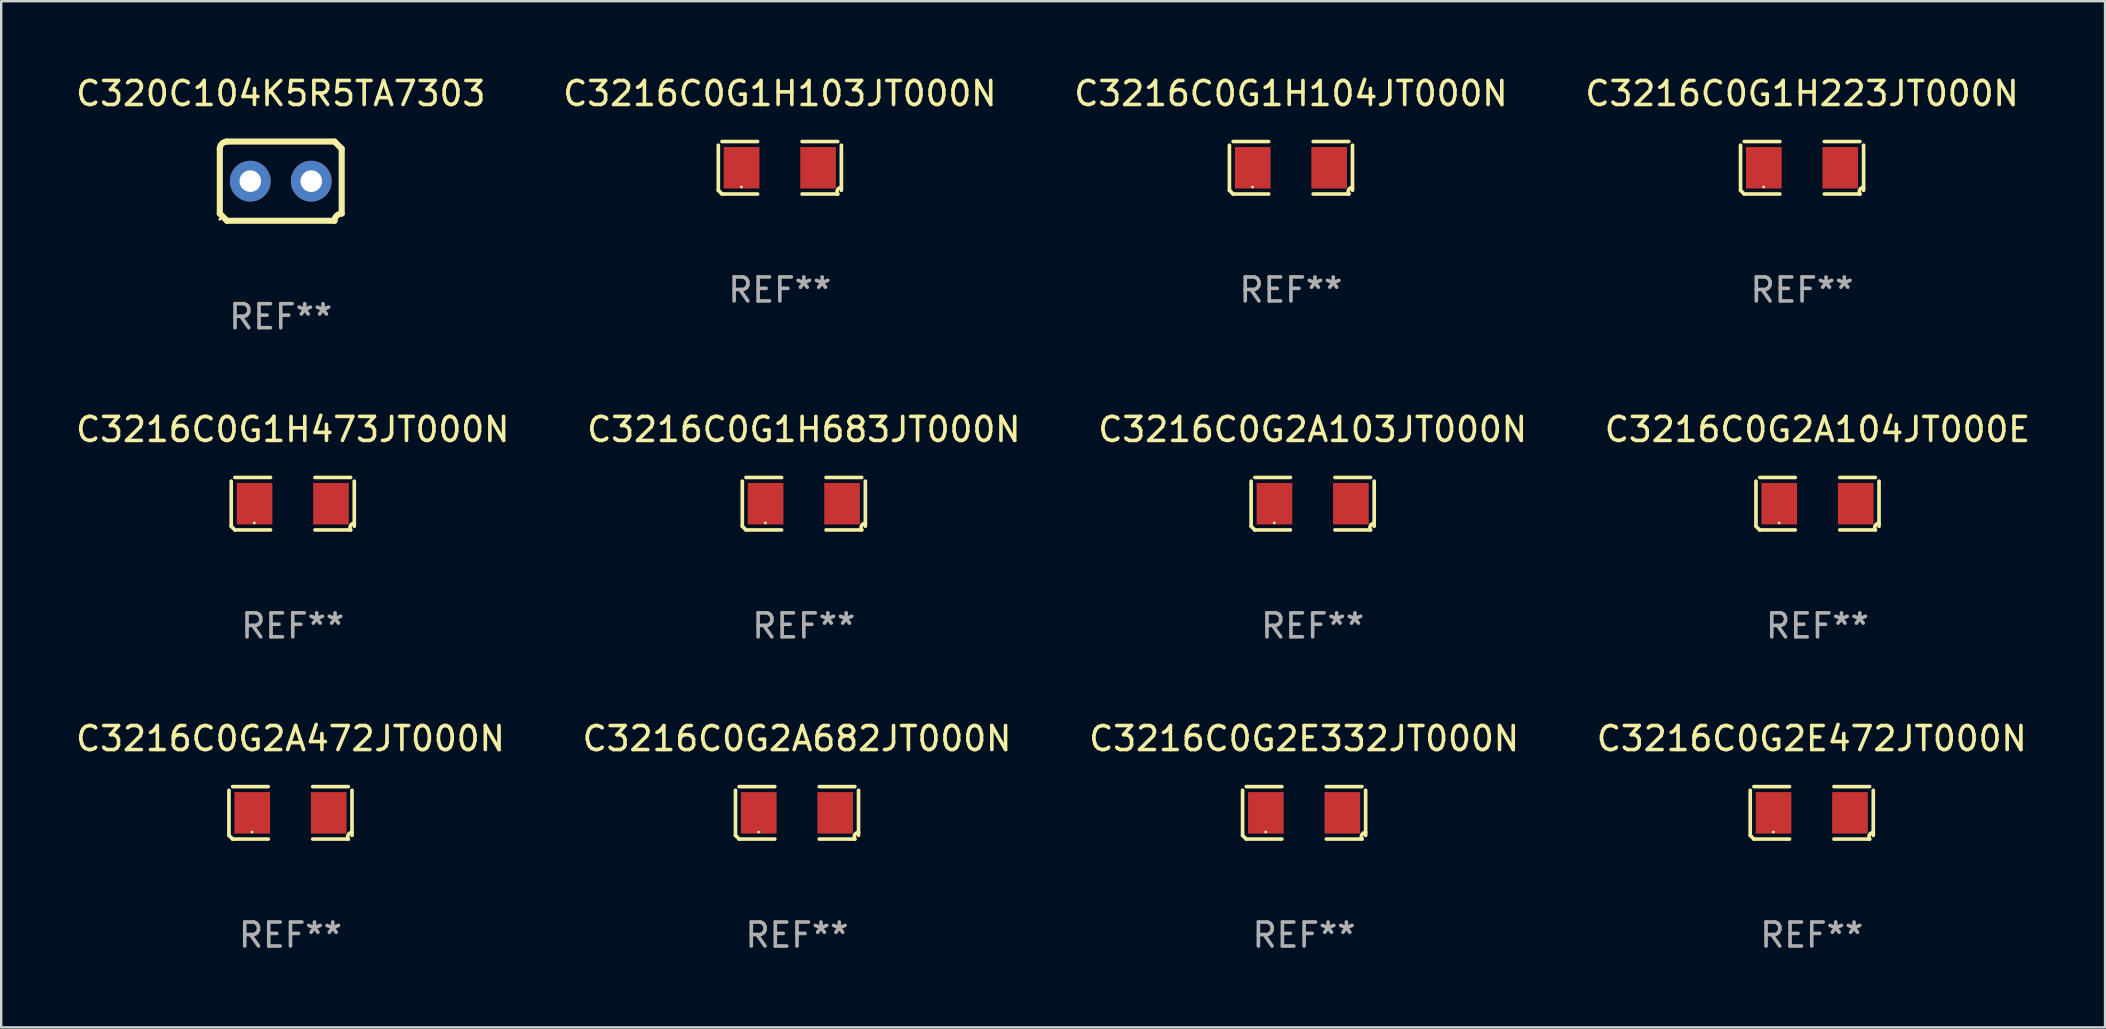
<source format=kicad_pcb>
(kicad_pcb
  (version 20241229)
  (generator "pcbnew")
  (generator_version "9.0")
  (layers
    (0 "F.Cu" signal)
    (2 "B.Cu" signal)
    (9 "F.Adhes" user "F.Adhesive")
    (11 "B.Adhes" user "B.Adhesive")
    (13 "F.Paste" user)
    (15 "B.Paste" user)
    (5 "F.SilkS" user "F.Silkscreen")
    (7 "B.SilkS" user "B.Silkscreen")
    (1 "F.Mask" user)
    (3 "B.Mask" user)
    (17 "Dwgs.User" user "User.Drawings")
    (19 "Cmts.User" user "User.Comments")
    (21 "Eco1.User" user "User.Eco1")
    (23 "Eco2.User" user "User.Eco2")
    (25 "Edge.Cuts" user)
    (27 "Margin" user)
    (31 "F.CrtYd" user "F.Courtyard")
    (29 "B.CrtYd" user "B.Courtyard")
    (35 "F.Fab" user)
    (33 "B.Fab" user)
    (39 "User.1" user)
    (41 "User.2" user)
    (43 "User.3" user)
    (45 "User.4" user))
  (footprint "C3216C0G1H103JT000N"
    (layer "F.Cu")
    (at 29.446 3.941)
    (property "Reference" "C3216C0G1H103JT000N" (at 0 -3.093 0) (layer "F.SilkS") (effects (font (size 1 1) (thickness 0.15))))
    (attr through_hole)
    (fp_line (start -2.564 0.94) (end -2.564 -0.94) (stroke (width 0.152) (type solid)) (layer "F.SilkS"))
    (fp_line (start -2.411 -1.093) (end -0.926 -1.093) (stroke (width 0.152) (type solid)) (layer "F.SilkS"))
    (fp_line (start -0.926 1.093) (end -2.411 1.093) (stroke (width 0.152) (type solid)) (layer "F.SilkS"))
    (fp_line (start 0.926 1.093) (end 2.411 1.093) (stroke (width 0.152) (type solid)) (layer "F.SilkS"))
    (fp_line (start 2.411 -1.093) (end 0.926 -1.093) (stroke (width 0.152) (type solid)) (layer "F.SilkS"))
    (fp_line (start 2.564 0.94) (end 2.564 -0.94) (stroke (width 0.152) (type solid)) (layer "F.SilkS"))
    (fp_arc (start -2.411201 1.092609) (mid -2.487413 1.01642) (end -2.563602 0.940208) (stroke (width 0.1524) (type solid)) (layer "F.SilkS"))
    (fp_arc (start 2.411201 1.092609) (mid 2.407159 0.911226) (end 2.563602 0.819347) (stroke (width 0.1524) (type solid)) (layer "F.SilkS"))
    (fp_circle (center -1.6 0.8) (end -1.57 0.8) (stroke (width 0.06) (type solid)) (fill no) (layer "F.SilkS"))
    (fp_text user "REF**" (at 0 5.093 0) (layer "F.Fab") (effects (font (size 1 1) (thickness 0.15))))
    (pad "1" smd rect (at -1.593 0) (size 1.485 1.728) (layers "F.Cu" "F.Mask" "F.Paste"))
    (pad "2" smd rect (at 1.593 0) (size 1.485 1.728) (layers "F.Cu" "F.Mask" "F.Paste")))
  (footprint "C320C104K5R5TA7303"
    (layer "F.Cu")
    (at 8.649 4.499)
    (property "Reference" "C320C104K5R5TA7303" (at 0 -3.651 0) (layer "F.SilkS") (effects (font (size 1 1) (thickness 0.15))))
    (attr through_hole)
    (fp_line (start -2.54 -1.351) (end -2.54 1.351) (stroke (width 0.254) (type solid)) (layer "F.SilkS"))
    (fp_line (start -2.24 -1.651) (end 2.24 -1.651) (stroke (width 0.254) (type solid)) (layer "F.SilkS"))
    (fp_line (start 2.24 1.651) (end -2.24 1.651) (stroke (width 0.254) (type solid)) (layer "F.SilkS"))
    (fp_line (start 2.54 1.351) (end 2.54 -1.351) (stroke (width 0.254) (type solid)) (layer "F.SilkS"))
    (fp_arc (start -2.540005 -1.351283) (mid -2.450115 -1.561309) (end -2.240005 -1.651003) (stroke (width 0.254001) (type solid)) (layer "F.SilkS"))
    (fp_arc (start -2.240287 1.651001) (mid -2.390163 1.501019) (end -2.540005 1.351003) (stroke (width 0.254001) (type solid)) (layer "F.SilkS"))
    (fp_arc (start 2.240005 1.651003) (mid 2.329934 1.441015) (end 2.540005 1.351282) (stroke (width 0.254001) (type solid)) (layer "F.SilkS"))
    (fp_arc (start 2.540005 -1.351003) (mid 2.389393 -1.500252) (end 2.240284 -1.651003) (stroke (width 0.254001) (type solid)) (layer "F.SilkS"))
    (fp_circle (center -2.54 1.59) (end -2.51 1.59) (stroke (width 0.06) (type solid)) (fill no) (layer "F.SilkS"))
    (fp_text user "REF**" (at 0 5.651 0) (layer "F.Fab") (effects (font (size 1 1) (thickness 0.15))))
    (pad "1" thru_hole circle (at -1.27 0) (size 1.7 1.7) (drill 0.9) (layers "*.Cu" "*.Mask"))
    (pad "2" thru_hole circle (at 1.27 0) (size 1.7 1.7) (drill 0.9) (layers "*.Cu" "*.Mask")))
  (footprint "C3216C0G2A103JT000N"
    (layer "F.Cu")
    (at 51.649 17.939)
    (property "Reference" "C3216C0G2A103JT000N" (at 0 -3.093 0) (layer "F.SilkS") (effects (font (size 1 1) (thickness 0.15))))
    (attr through_hole)
    (fp_line (start -2.564 0.94) (end -2.564 -0.94) (stroke (width 0.152) (type solid)) (layer "F.SilkS"))
    (fp_line (start -2.411 -1.093) (end -0.926 -1.093) (stroke (width 0.152) (type solid)) (layer "F.SilkS"))
    (fp_line (start -0.926 1.093) (end -2.411 1.093) (stroke (width 0.152) (type solid)) (layer "F.SilkS"))
    (fp_line (start 0.926 1.093) (end 2.411 1.093) (stroke (width 0.152) (type solid)) (layer "F.SilkS"))
    (fp_line (start 2.411 -1.093) (end 0.926 -1.093) (stroke (width 0.152) (type solid)) (layer "F.SilkS"))
    (fp_line (start 2.564 0.94) (end 2.564 -0.94) (stroke (width 0.152) (type solid)) (layer "F.SilkS"))
    (fp_arc (start -2.411201 1.092609) (mid -2.487413 1.01642) (end -2.563602 0.940208) (stroke (width 0.1524) (type solid)) (layer "F.SilkS"))
    (fp_arc (start 2.411201 1.092609) (mid 2.407159 0.911226) (end 2.563602 0.819347) (stroke (width 0.1524) (type solid)) (layer "F.SilkS"))
    (fp_circle (center -1.6 0.8) (end -1.57 0.8) (stroke (width 0.06) (type solid)) (fill no) (layer "F.SilkS"))
    (fp_text user "REF**" (at 0 5.093 0) (layer "F.Fab") (effects (font (size 1 1) (thickness 0.15))))
    (pad "1" smd rect (at -1.593 0) (size 1.485 1.728) (layers "F.Cu" "F.Mask" "F.Paste"))
    (pad "2" smd rect (at 1.593 0) (size 1.485 1.728) (layers "F.Cu" "F.Mask" "F.Paste")))
  (footprint "C3216C0G2A472JT000N"
    (layer "F.Cu")
    (at 9.054 30.821)
    (property "Reference" "C3216C0G2A472JT000N" (at 0 -3.093 0) (layer "F.SilkS") (effects (font (size 1 1) (thickness 0.15))))
    (attr through_hole)
    (fp_line (start -2.564 0.94) (end -2.564 -0.94) (stroke (width 0.152) (type solid)) (layer "F.SilkS"))
    (fp_line (start -2.411 -1.093) (end -0.926 -1.093) (stroke (width 0.152) (type solid)) (layer "F.SilkS"))
    (fp_line (start -0.926 1.093) (end -2.411 1.093) (stroke (width 0.152) (type solid)) (layer "F.SilkS"))
    (fp_line (start 0.926 1.093) (end 2.411 1.093) (stroke (width 0.152) (type solid)) (layer "F.SilkS"))
    (fp_line (start 2.411 -1.093) (end 0.926 -1.093) (stroke (width 0.152) (type solid)) (layer "F.SilkS"))
    (fp_line (start 2.564 0.94) (end 2.564 -0.94) (stroke (width 0.152) (type solid)) (layer "F.SilkS"))
    (fp_arc (start -2.411201 1.092609) (mid -2.487413 1.01642) (end -2.563602 0.940208) (stroke (width 0.1524) (type solid)) (layer "F.SilkS"))
    (fp_arc (start 2.411201 1.092609) (mid 2.407159 0.911226) (end 2.563602 0.819347) (stroke (width 0.1524) (type solid)) (layer "F.SilkS"))
    (fp_circle (center -1.6 0.8) (end -1.57 0.8) (stroke (width 0.06) (type solid)) (fill no) (layer "F.SilkS"))
    (fp_text user "REF**" (at 0 5.093 0) (layer "F.Fab") (effects (font (size 1 1) (thickness 0.15))))
    (pad "1" smd rect (at -1.593 0) (size 1.485 1.728) (layers "F.Cu" "F.Mask" "F.Paste"))
    (pad "2" smd rect (at 1.593 0) (size 1.485 1.728) (layers "F.Cu" "F.Mask" "F.Paste")))
  (footprint "C3216C0G2E472JT000N"
    (layer "F.Cu")
    (at 72.446 30.821)
    (property "Reference" "C3216C0G2E472JT000N" (at 0 -3.093 0) (layer "F.SilkS") (effects (font (size 1 1) (thickness 0.15))))
    (attr through_hole)
    (fp_line (start -2.564 0.94) (end -2.564 -0.94) (stroke (width 0.152) (type solid)) (layer "F.SilkS"))
    (fp_line (start -2.411 -1.093) (end -0.926 -1.093) (stroke (width 0.152) (type solid)) (layer "F.SilkS"))
    (fp_line (start -0.926 1.093) (end -2.411 1.093) (stroke (width 0.152) (type solid)) (layer "F.SilkS"))
    (fp_line (start 0.926 1.093) (end 2.411 1.093) (stroke (width 0.152) (type solid)) (layer "F.SilkS"))
    (fp_line (start 2.411 -1.093) (end 0.926 -1.093) (stroke (width 0.152) (type solid)) (layer "F.SilkS"))
    (fp_line (start 2.564 0.94) (end 2.564 -0.94) (stroke (width 0.152) (type solid)) (layer "F.SilkS"))
    (fp_arc (start -2.411201 1.092609) (mid -2.487413 1.01642) (end -2.563602 0.940208) (stroke (width 0.1524) (type solid)) (layer "F.SilkS"))
    (fp_arc (start 2.411201 1.092609) (mid 2.407159 0.911226) (end 2.563602 0.819347) (stroke (width 0.1524) (type solid)) (layer "F.SilkS"))
    (fp_circle (center -1.6 0.8) (end -1.57 0.8) (stroke (width 0.06) (type solid)) (fill no) (layer "F.SilkS"))
    (fp_text user "REF**" (at 0 5.093 0) (layer "F.Fab") (effects (font (size 1 1) (thickness 0.15))))
    (pad "1" smd rect (at -1.593 0) (size 1.485 1.728) (layers "F.Cu" "F.Mask" "F.Paste"))
    (pad "2" smd rect (at 1.593 0) (size 1.485 1.728) (layers "F.Cu" "F.Mask" "F.Paste")))
  (footprint "C3216C0G2A682JT000N"
    (layer "F.Cu")
    (at 30.161 30.821)
    (property "Reference" "C3216C0G2A682JT000N" (at 0 -3.093 0) (layer "F.SilkS") (effects (font (size 1 1) (thickness 0.15))))
    (attr through_hole)
    (fp_line (start -2.564 0.94) (end -2.564 -0.94) (stroke (width 0.152) (type solid)) (layer "F.SilkS"))
    (fp_line (start -2.411 -1.093) (end -0.926 -1.093) (stroke (width 0.152) (type solid)) (layer "F.SilkS"))
    (fp_line (start -0.926 1.093) (end -2.411 1.093) (stroke (width 0.152) (type solid)) (layer "F.SilkS"))
    (fp_line (start 0.926 1.093) (end 2.411 1.093) (stroke (width 0.152) (type solid)) (layer "F.SilkS"))
    (fp_line (start 2.411 -1.093) (end 0.926 -1.093) (stroke (width 0.152) (type solid)) (layer "F.SilkS"))
    (fp_line (start 2.564 0.94) (end 2.564 -0.94) (stroke (width 0.152) (type solid)) (layer "F.SilkS"))
    (fp_arc (start -2.411201 1.092609) (mid -2.487413 1.01642) (end -2.563602 0.940208) (stroke (width 0.1524) (type solid)) (layer "F.SilkS"))
    (fp_arc (start 2.411201 1.092609) (mid 2.407159 0.911226) (end 2.563602 0.819347) (stroke (width 0.1524) (type solid)) (layer "F.SilkS"))
    (fp_circle (center -1.6 0.8) (end -1.57 0.8) (stroke (width 0.06) (type solid)) (fill no) (layer "F.SilkS"))
    (fp_text user "REF**" (at 0 5.093 0) (layer "F.Fab") (effects (font (size 1 1) (thickness 0.15))))
    (pad "1" smd rect (at -1.593 0) (size 1.485 1.728) (layers "F.Cu" "F.Mask" "F.Paste"))
    (pad "2" smd rect (at 1.593 0) (size 1.485 1.728) (layers "F.Cu" "F.Mask" "F.Paste")))
  (footprint "C3216C0G1H223JT000N"
    (layer "F.Cu")
    (at 72.042 3.941)
    (property "Reference" "C3216C0G1H223JT000N" (at 0 -3.093 0) (layer "F.SilkS") (effects (font (size 1 1) (thickness 0.15))))
    (attr through_hole)
    (fp_line (start -2.564 0.94) (end -2.564 -0.94) (stroke (width 0.152) (type solid)) (layer "F.SilkS"))
    (fp_line (start -2.411 -1.093) (end -0.926 -1.093) (stroke (width 0.152) (type solid)) (layer "F.SilkS"))
    (fp_line (start -0.926 1.093) (end -2.411 1.093) (stroke (width 0.152) (type solid)) (layer "F.SilkS"))
    (fp_line (start 0.926 1.093) (end 2.411 1.093) (stroke (width 0.152) (type solid)) (layer "F.SilkS"))
    (fp_line (start 2.411 -1.093) (end 0.926 -1.093) (stroke (width 0.152) (type solid)) (layer "F.SilkS"))
    (fp_line (start 2.564 0.94) (end 2.564 -0.94) (stroke (width 0.152) (type solid)) (layer "F.SilkS"))
    (fp_arc (start -2.411201 1.092609) (mid -2.487413 1.01642) (end -2.563602 0.940208) (stroke (width 0.1524) (type solid)) (layer "F.SilkS"))
    (fp_arc (start 2.411201 1.092609) (mid 2.407159 0.911226) (end 2.563602 0.819347) (stroke (width 0.1524) (type solid)) (layer "F.SilkS"))
    (fp_circle (center -1.6 0.8) (end -1.57 0.8) (stroke (width 0.06) (type solid)) (fill no) (layer "F.SilkS"))
    (fp_text user "REF**" (at 0 5.093 0) (layer "F.Fab") (effects (font (size 1 1) (thickness 0.15))))
    (pad "1" smd rect (at -1.593 0) (size 1.485 1.728) (layers "F.Cu" "F.Mask" "F.Paste"))
    (pad "2" smd rect (at 1.593 0) (size 1.485 1.728) (layers "F.Cu" "F.Mask" "F.Paste")))
  (footprint "C3216C0G2A104JT000E"
    (layer "F.Cu")
    (at 72.685 17.939)
    (property "Reference" "C3216C0G2A104JT000E" (at 0 -3.093 0) (layer "F.SilkS") (effects (font (size 1 1) (thickness 0.15))))
    (attr through_hole)
    (fp_line (start -2.564 0.94) (end -2.564 -0.94) (stroke (width 0.152) (type solid)) (layer "F.SilkS"))
    (fp_line (start -2.411 -1.093) (end -0.926 -1.093) (stroke (width 0.152) (type solid)) (layer "F.SilkS"))
    (fp_line (start -0.926 1.093) (end -2.411 1.093) (stroke (width 0.152) (type solid)) (layer "F.SilkS"))
    (fp_line (start 0.926 1.093) (end 2.411 1.093) (stroke (width 0.152) (type solid)) (layer "F.SilkS"))
    (fp_line (start 2.411 -1.093) (end 0.926 -1.093) (stroke (width 0.152) (type solid)) (layer "F.SilkS"))
    (fp_line (start 2.564 0.94) (end 2.564 -0.94) (stroke (width 0.152) (type solid)) (layer "F.SilkS"))
    (fp_arc (start -2.411201 1.092609) (mid -2.487413 1.01642) (end -2.563602 0.940208) (stroke (width 0.1524) (type solid)) (layer "F.SilkS"))
    (fp_arc (start 2.411201 1.092609) (mid 2.407159 0.911226) (end 2.563602 0.819347) (stroke (width 0.1524) (type solid)) (layer "F.SilkS"))
    (fp_circle (center -1.6 0.8) (end -1.57 0.8) (stroke (width 0.06) (type solid)) (fill no) (layer "F.SilkS"))
    (fp_text user "REF**" (at 0 5.093 0) (layer "F.Fab") (effects (font (size 1 1) (thickness 0.15))))
    (pad "1" smd rect (at -1.593 0) (size 1.485 1.728) (layers "F.Cu" "F.Mask" "F.Paste"))
    (pad "2" smd rect (at 1.593 0) (size 1.485 1.728) (layers "F.Cu" "F.Mask" "F.Paste")))
  (footprint "C3216C0G1H104JT000N"
    (layer "F.Cu")
    (at 50.744 3.941)
    (property "Reference" "C3216C0G1H104JT000N" (at 0 -3.093 0) (layer "F.SilkS") (effects (font (size 1 1) (thickness 0.15))))
    (attr through_hole)
    (fp_line (start -2.564 0.94) (end -2.564 -0.94) (stroke (width 0.152) (type solid)) (layer "F.SilkS"))
    (fp_line (start -2.411 -1.093) (end -0.926 -1.093) (stroke (width 0.152) (type solid)) (layer "F.SilkS"))
    (fp_line (start -0.926 1.093) (end -2.411 1.093) (stroke (width 0.152) (type solid)) (layer "F.SilkS"))
    (fp_line (start 0.926 1.093) (end 2.411 1.093) (stroke (width 0.152) (type solid)) (layer "F.SilkS"))
    (fp_line (start 2.411 -1.093) (end 0.926 -1.093) (stroke (width 0.152) (type solid)) (layer "F.SilkS"))
    (fp_line (start 2.564 0.94) (end 2.564 -0.94) (stroke (width 0.152) (type solid)) (layer "F.SilkS"))
    (fp_arc (start -2.411201 1.092609) (mid -2.487413 1.01642) (end -2.563602 0.940208) (stroke (width 0.1524) (type solid)) (layer "F.SilkS"))
    (fp_arc (start 2.411201 1.092609) (mid 2.407159 0.911226) (end 2.563602 0.819347) (stroke (width 0.1524) (type solid)) (layer "F.SilkS"))
    (fp_circle (center -1.6 0.8) (end -1.57 0.8) (stroke (width 0.06) (type solid)) (fill no) (layer "F.SilkS"))
    (fp_text user "REF**" (at 0 5.093 0) (layer "F.Fab") (effects (font (size 1 1) (thickness 0.15))))
    (pad "1" smd rect (at -1.593 0) (size 1.485 1.728) (layers "F.Cu" "F.Mask" "F.Paste"))
    (pad "2" smd rect (at 1.593 0) (size 1.485 1.728) (layers "F.Cu" "F.Mask" "F.Paste")))
  (footprint "C3216C0G1H473JT000N"
    (layer "F.Cu")
    (at 9.149 17.939)
    (property "Reference" "C3216C0G1H473JT000N" (at 0 -3.093 0) (layer "F.SilkS") (effects (font (size 1 1) (thickness 0.15))))
    (attr through_hole)
    (fp_line (start -2.564 0.94) (end -2.564 -0.94) (stroke (width 0.152) (type solid)) (layer "F.SilkS"))
    (fp_line (start -2.411 -1.093) (end -0.926 -1.093) (stroke (width 0.152) (type solid)) (layer "F.SilkS"))
    (fp_line (start -0.926 1.093) (end -2.411 1.093) (stroke (width 0.152) (type solid)) (layer "F.SilkS"))
    (fp_line (start 0.926 1.093) (end 2.411 1.093) (stroke (width 0.152) (type solid)) (layer "F.SilkS"))
    (fp_line (start 2.411 -1.093) (end 0.926 -1.093) (stroke (width 0.152) (type solid)) (layer "F.SilkS"))
    (fp_line (start 2.564 0.94) (end 2.564 -0.94) (stroke (width 0.152) (type solid)) (layer "F.SilkS"))
    (fp_arc (start -2.411201 1.092609) (mid -2.487413 1.01642) (end -2.563602 0.940208) (stroke (width 0.1524) (type solid)) (layer "F.SilkS"))
    (fp_arc (start 2.411201 1.092609) (mid 2.407159 0.911226) (end 2.563602 0.819347) (stroke (width 0.1524) (type solid)) (layer "F.SilkS"))
    (fp_circle (center -1.6 0.8) (end -1.57 0.8) (stroke (width 0.06) (type solid)) (fill no) (layer "F.SilkS"))
    (fp_text user "REF**" (at 0 5.093 0) (layer "F.Fab") (effects (font (size 1 1) (thickness 0.15))))
    (pad "1" smd rect (at -1.593 0) (size 1.485 1.728) (layers "F.Cu" "F.Mask" "F.Paste"))
    (pad "2" smd rect (at 1.593 0) (size 1.485 1.728) (layers "F.Cu" "F.Mask" "F.Paste")))
  (footprint "C3216C0G2E332JT000N"
    (layer "F.Cu")
    (at 51.292 30.821)
    (property "Reference" "C3216C0G2E332JT000N" (at 0 -3.093 0) (layer "F.SilkS") (effects (font (size 1 1) (thickness 0.15))))
    (attr through_hole)
    (fp_line (start -2.564 0.94) (end -2.564 -0.94) (stroke (width 0.152) (type solid)) (layer "F.SilkS"))
    (fp_line (start -2.411 -1.093) (end -0.926 -1.093) (stroke (width 0.152) (type solid)) (layer "F.SilkS"))
    (fp_line (start -0.926 1.093) (end -2.411 1.093) (stroke (width 0.152) (type solid)) (layer "F.SilkS"))
    (fp_line (start 0.926 1.093) (end 2.411 1.093) (stroke (width 0.152) (type solid)) (layer "F.SilkS"))
    (fp_line (start 2.411 -1.093) (end 0.926 -1.093) (stroke (width 0.152) (type solid)) (layer "F.SilkS"))
    (fp_line (start 2.564 0.94) (end 2.564 -0.94) (stroke (width 0.152) (type solid)) (layer "F.SilkS"))
    (fp_arc (start -2.411201 1.092609) (mid -2.487413 1.01642) (end -2.563602 0.940208) (stroke (width 0.1524) (type solid)) (layer "F.SilkS"))
    (fp_arc (start 2.411201 1.092609) (mid 2.407159 0.911226) (end 2.563602 0.819347) (stroke (width 0.1524) (type solid)) (layer "F.SilkS"))
    (fp_circle (center -1.6 0.8) (end -1.57 0.8) (stroke (width 0.06) (type solid)) (fill no) (layer "F.SilkS"))
    (fp_text user "REF**" (at 0 5.093 0) (layer "F.Fab") (effects (font (size 1 1) (thickness 0.15))))
    (pad "1" smd rect (at -1.593 0) (size 1.485 1.728) (layers "F.Cu" "F.Mask" "F.Paste"))
    (pad "2" smd rect (at 1.593 0) (size 1.485 1.728) (layers "F.Cu" "F.Mask" "F.Paste")))
  (footprint "C3216C0G1H683JT000N"
    (layer "F.Cu")
    (at 30.446 17.939)
    (property "Reference" "C3216C0G1H683JT000N" (at 0 -3.093 0) (layer "F.SilkS") (effects (font (size 1 1) (thickness 0.15))))
    (attr through_hole)
    (fp_line (start -2.564 0.94) (end -2.564 -0.94) (stroke (width 0.152) (type solid)) (layer "F.SilkS"))
    (fp_line (start -2.411 -1.093) (end -0.926 -1.093) (stroke (width 0.152) (type solid)) (layer "F.SilkS"))
    (fp_line (start -0.926 1.093) (end -2.411 1.093) (stroke (width 0.152) (type solid)) (layer "F.SilkS"))
    (fp_line (start 0.926 1.093) (end 2.411 1.093) (stroke (width 0.152) (type solid)) (layer "F.SilkS"))
    (fp_line (start 2.411 -1.093) (end 0.926 -1.093) (stroke (width 0.152) (type solid)) (layer "F.SilkS"))
    (fp_line (start 2.564 0.94) (end 2.564 -0.94) (stroke (width 0.152) (type solid)) (layer "F.SilkS"))
    (fp_arc (start -2.411201 1.092609) (mid -2.487413 1.01642) (end -2.563602 0.940208) (stroke (width 0.1524) (type solid)) (layer "F.SilkS"))
    (fp_arc (start 2.411201 1.092609) (mid 2.407159 0.911226) (end 2.563602 0.819347) (stroke (width 0.1524) (type solid)) (layer "F.SilkS"))
    (fp_circle (center -1.6 0.8) (end -1.57 0.8) (stroke (width 0.06) (type solid)) (fill no) (layer "F.SilkS"))
    (fp_text user "REF**" (at 0 5.093 0) (layer "F.Fab") (effects (font (size 1 1) (thickness 0.15))))
    (pad "1" smd rect (at -1.593 0) (size 1.485 1.728) (layers "F.Cu" "F.Mask" "F.Paste"))
    (pad "2" smd rect (at 1.593 0) (size 1.485 1.728) (layers "F.Cu" "F.Mask" "F.Paste")))
  (gr_rect
    (start -3 -3)
    (end 84.667 39.762)
    (stroke (width 0.1) (type default))
    (fill no)
    (layer "Edge.Cuts")))
</source>
